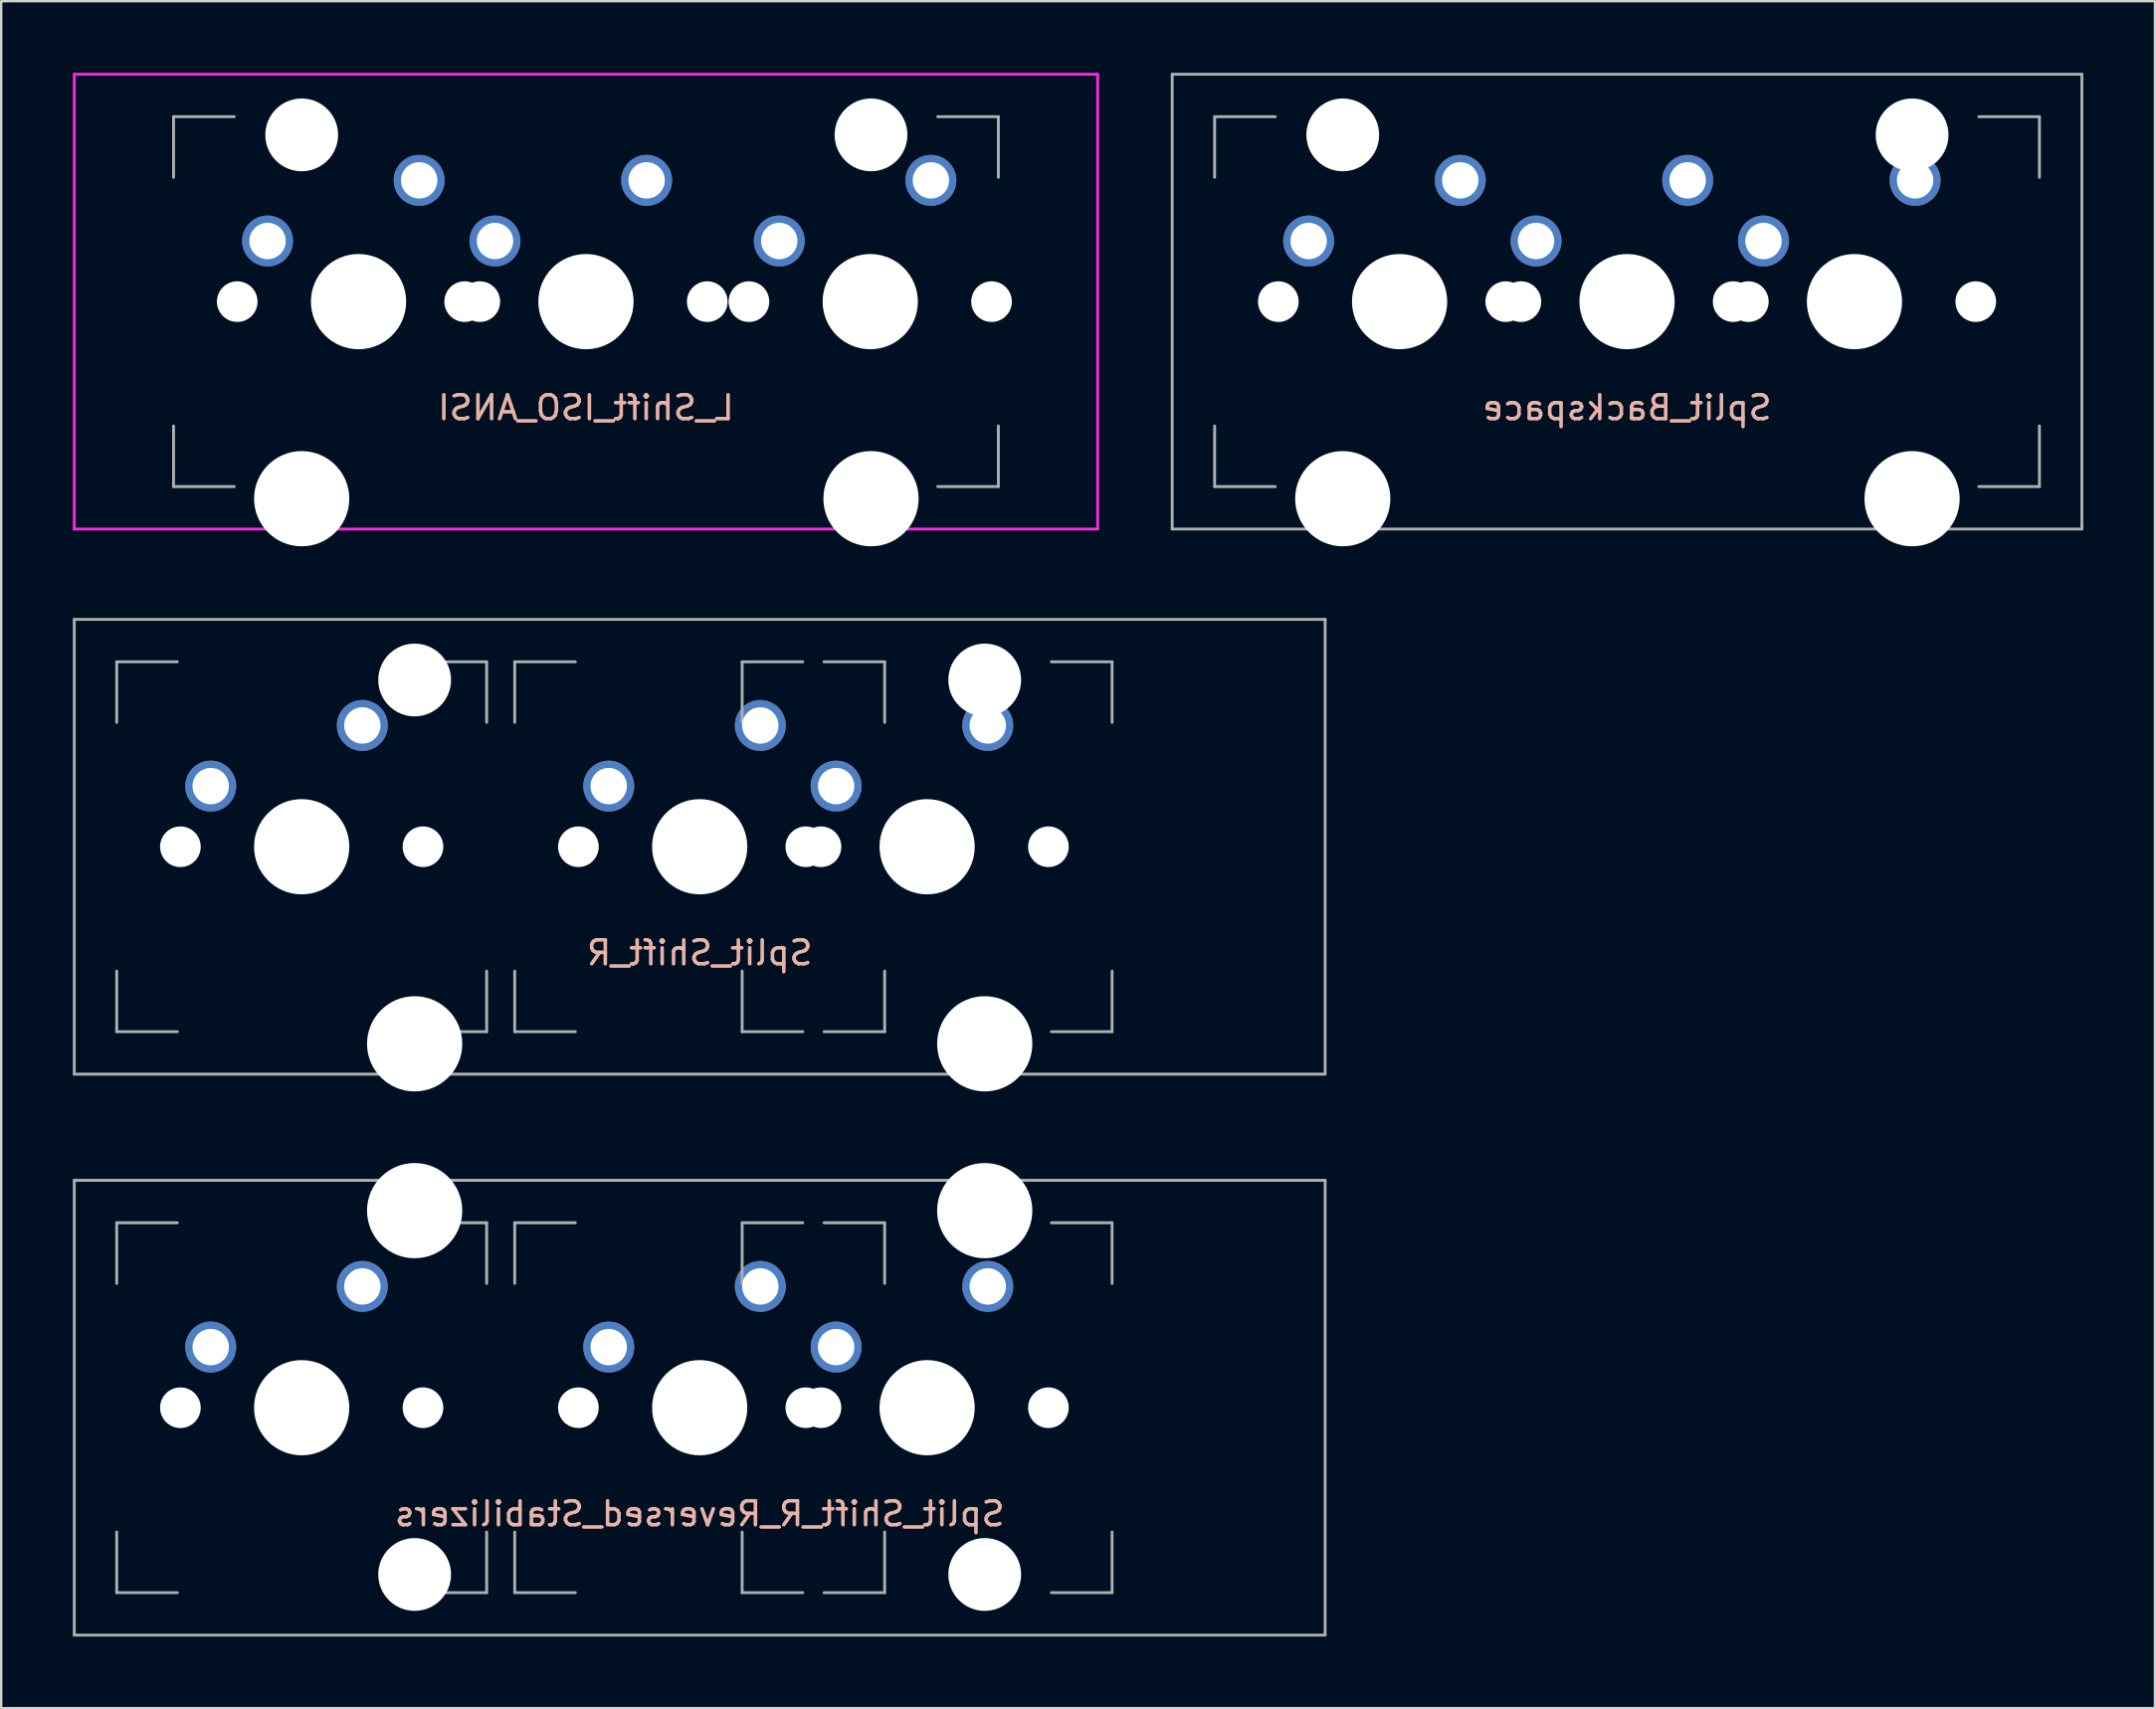
<source format=kicad_pcb>
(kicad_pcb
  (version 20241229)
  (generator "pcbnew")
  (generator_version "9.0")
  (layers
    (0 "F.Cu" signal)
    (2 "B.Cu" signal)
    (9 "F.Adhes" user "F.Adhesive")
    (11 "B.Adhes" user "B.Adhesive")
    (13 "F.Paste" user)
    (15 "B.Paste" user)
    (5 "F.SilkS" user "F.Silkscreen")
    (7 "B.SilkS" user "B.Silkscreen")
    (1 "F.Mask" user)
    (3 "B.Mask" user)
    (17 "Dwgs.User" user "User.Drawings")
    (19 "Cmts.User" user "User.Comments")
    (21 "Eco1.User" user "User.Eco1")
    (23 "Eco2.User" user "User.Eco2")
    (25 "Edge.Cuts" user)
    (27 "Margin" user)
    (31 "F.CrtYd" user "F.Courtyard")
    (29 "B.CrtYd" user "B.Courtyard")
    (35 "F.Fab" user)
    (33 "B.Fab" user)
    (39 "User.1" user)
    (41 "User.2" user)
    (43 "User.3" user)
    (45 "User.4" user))
  (footprint "Split_Shift_R_Reversed_Stabilizers"
    (layer "F.Cu")
    (at 26.254 55.917)
    (property "Reference" "Split_Shift_R_Reversed_Stabilizers" (at 0 4.445 0) (layer "B.SilkS") (effects (font (size 1 1) (thickness 0.15)) (justify mirror)))
    (attr through_hole)
    (fp_line (start -26.194 -9.525) (end 26.194 -9.525) (stroke (width 0.12) (type solid)) (layer "F.Fab"))
    (fp_line (start -26.194 9.525) (end -26.194 -9.525) (stroke (width 0.12) (type solid)) (layer "F.Fab"))
    (fp_line (start -24.416 -7.747) (end -24.416 -5.207) (stroke (width 0.12) (type solid)) (layer "F.Fab"))
    (fp_line (start -24.416 -7.747) (end -21.876 -7.747) (stroke (width 0.12) (type solid)) (layer "F.Fab"))
    (fp_line (start -24.416 7.747) (end -24.416 5.207) (stroke (width 0.12) (type solid)) (layer "F.Fab"))
    (fp_line (start -24.416 7.747) (end -21.876 7.747) (stroke (width 0.12) (type solid)) (layer "F.Fab"))
    (fp_line (start -8.922 -7.747) (end -11.462 -7.747) (stroke (width 0.12) (type solid)) (layer "F.Fab"))
    (fp_line (start -8.922 -7.747) (end -8.922 -5.207) (stroke (width 0.12) (type solid)) (layer "F.Fab"))
    (fp_line (start -8.922 7.747) (end -11.462 7.747) (stroke (width 0.12) (type solid)) (layer "F.Fab"))
    (fp_line (start -8.922 7.747) (end -8.922 5.207) (stroke (width 0.12) (type solid)) (layer "F.Fab"))
    (fp_line (start -7.747 -7.747) (end -7.747 -5.207) (stroke (width 0.12) (type solid)) (layer "F.Fab"))
    (fp_line (start -7.747 -7.747) (end -5.207 -7.747) (stroke (width 0.12) (type solid)) (layer "F.Fab"))
    (fp_line (start -7.747 7.747) (end -7.747 5.207) (stroke (width 0.12) (type solid)) (layer "F.Fab"))
    (fp_line (start -7.747 7.747) (end -5.207 7.747) (stroke (width 0.12) (type solid)) (layer "F.Fab"))
    (fp_line (start 1.778 -7.747) (end 1.778 -5.207) (stroke (width 0.12) (type solid)) (layer "F.Fab"))
    (fp_line (start 1.778 -7.747) (end 4.318 -7.747) (stroke (width 0.12) (type solid)) (layer "F.Fab"))
    (fp_line (start 1.778 7.747) (end 1.778 5.207) (stroke (width 0.12) (type solid)) (layer "F.Fab"))
    (fp_line (start 1.778 7.747) (end 4.318 7.747) (stroke (width 0.12) (type solid)) (layer "F.Fab"))
    (fp_line (start 7.747 -7.747) (end 5.207 -7.747) (stroke (width 0.12) (type solid)) (layer "F.Fab"))
    (fp_line (start 7.747 -7.747) (end 7.747 -5.207) (stroke (width 0.12) (type solid)) (layer "F.Fab"))
    (fp_line (start 7.747 7.747) (end 5.207 7.747) (stroke (width 0.12) (type solid)) (layer "F.Fab"))
    (fp_line (start 7.747 7.747) (end 7.747 5.207) (stroke (width 0.12) (type solid)) (layer "F.Fab"))
    (fp_line (start 17.272 -7.747) (end 14.732 -7.747) (stroke (width 0.12) (type solid)) (layer "F.Fab"))
    (fp_line (start 17.272 -7.747) (end 17.272 -5.207) (stroke (width 0.12) (type solid)) (layer "F.Fab"))
    (fp_line (start 17.272 7.747) (end 14.732 7.747) (stroke (width 0.12) (type solid)) (layer "F.Fab"))
    (fp_line (start 17.272 7.747) (end 17.272 5.207) (stroke (width 0.12) (type solid)) (layer "F.Fab"))
    (fp_line (start 26.194 -9.525) (end 26.194 9.525) (stroke (width 0.12) (type solid)) (layer "F.Fab"))
    (fp_line (start 26.194 9.525) (end -26.194 9.525) (stroke (width 0.12) (type solid)) (layer "F.Fab"))
    (pad "" np_thru_hole circle (at -21.749 0) (size 1.702 1.702) (drill 1.702) (layers "*.Cu" "*.Mask"))
    (pad "" np_thru_hole circle (at -16.669 0) (size 3.988 3.988) (drill 3.988) (layers "*.Cu" "*.Mask"))
    (pad "" np_thru_hole circle (at -11.938 -8.255 180) (size 3.988 3.988) (drill 3.988) (layers "*.Cu" "*.Mask"))
    (pad "" np_thru_hole circle (at -11.938 6.985 180) (size 3.048 3.048) (drill 3.048) (layers "*.Cu" "*.Mask"))
    (pad "" np_thru_hole circle (at -11.589 0) (size 1.702 1.702) (drill 1.702) (layers "*.Cu" "*.Mask"))
    (pad "" np_thru_hole circle (at -5.08 0) (size 1.702 1.702) (drill 1.702) (layers "*.Cu" "*.Mask"))
    (pad "" np_thru_hole circle (at 0 0) (size 3.988 3.988) (drill 3.988) (layers "*.Cu" "*.Mask"))
    (pad "" np_thru_hole circle (at 4.445 0) (size 1.702 1.702) (drill 1.702) (layers "*.Cu" "*.Mask"))
    (pad "" np_thru_hole circle (at 5.08 0) (size 1.702 1.702) (drill 1.702) (layers "*.Cu" "*.Mask"))
    (pad "" np_thru_hole circle (at 9.525 0) (size 3.988 3.988) (drill 3.988) (layers "*.Cu" "*.Mask"))
    (pad "" np_thru_hole circle (at 11.938 -8.255 180) (size 3.988 3.988) (drill 3.988) (layers "*.Cu" "*.Mask"))
    (pad "" np_thru_hole circle (at 11.938 6.985 180) (size 3.048 3.048) (drill 3.048) (layers "*.Cu" "*.Mask"))
    (pad "" np_thru_hole circle (at 14.605 0) (size 1.702 1.702) (drill 1.702) (layers "*.Cu" "*.Mask"))
    (pad "A1" thru_hole circle (at -20.479 -2.54) (size 2.134 2.134) (drill 1.524) (layers "*.Cu" "*.Mask"))
    (pad "A2" thru_hole circle (at -14.129 -5.08) (size 2.134 2.134) (drill 1.524) (layers "*.Cu" "*.Mask"))
    (pad "B1" thru_hole circle (at -3.81 -2.54) (size 2.134 2.134) (drill 1.524) (layers "*.Cu" "*.Mask"))
    (pad "B2" thru_hole circle (at 2.54 -5.08) (size 2.134 2.134) (drill 1.524) (layers "*.Cu" "*.Mask"))
    (pad "C1" thru_hole circle (at 5.715 -2.54) (size 2.134 2.134) (drill 1.524) (layers "*.Cu" "*.Mask"))
    (pad "C2" thru_hole circle (at 12.065 -5.08) (size 2.134 2.134) (drill 1.524) (layers "*.Cu" "*.Mask")))
  (footprint "L_Shift_ISO_ANSI"
    (layer "F.Cu")
    (at 21.491 9.585)
    (property "Reference" "L_Shift_ISO_ANSI" (at 0 4.445 0) (layer "B.SilkS") (effects (font (size 1 1) (thickness 0.15)) (justify mirror)))
    (attr through_hole)
    (fp_line (start -21.431 -9.525) (end 21.431 -9.525) (stroke (width 0.12) (type solid)) (layer "F.CrtYd"))
    (fp_line (start -21.431 9.525) (end -21.431 -9.525) (stroke (width 0.12) (type solid)) (layer "F.CrtYd"))
    (fp_line (start 21.431 -9.525) (end 21.431 9.525) (stroke (width 0.12) (type solid)) (layer "F.CrtYd"))
    (fp_line (start 21.431 9.525) (end -21.431 9.525) (stroke (width 0.12) (type solid)) (layer "F.CrtYd"))
    (fp_line (start -17.272 -7.747) (end -17.272 -5.207) (stroke (width 0.12) (type solid)) (layer "F.Fab"))
    (fp_line (start -17.272 -7.747) (end -14.732 -7.747) (stroke (width 0.12) (type solid)) (layer "F.Fab"))
    (fp_line (start -17.272 7.747) (end -17.272 5.207) (stroke (width 0.12) (type solid)) (layer "F.Fab"))
    (fp_line (start -17.272 7.747) (end -14.732 7.747) (stroke (width 0.12) (type solid)) (layer "F.Fab"))
    (fp_line (start 17.272 -7.747) (end 14.732 -7.747) (stroke (width 0.12) (type solid)) (layer "F.Fab"))
    (fp_line (start 17.272 -7.747) (end 17.272 -5.207) (stroke (width 0.12) (type solid)) (layer "F.Fab"))
    (fp_line (start 17.272 7.747) (end 14.732 7.747) (stroke (width 0.12) (type solid)) (layer "F.Fab"))
    (fp_line (start 17.272 7.747) (end 17.272 5.207) (stroke (width 0.12) (type solid)) (layer "F.Fab"))
    (pad "" np_thru_hole circle (at -14.605 0) (size 1.702 1.702) (drill 1.702) (layers "*.Cu" "*.Mask"))
    (pad "" np_thru_hole circle (at -11.906 -6.985) (size 3.048 3.048) (drill 3.048) (layers "*.Cu" "*.Mask"))
    (pad "" np_thru_hole circle (at -11.906 8.255) (size 3.988 3.988) (drill 3.988) (layers "*.Cu" "*.Mask"))
    (pad "" np_thru_hole circle (at -9.525 0) (size 3.988 3.988) (drill 3.988) (layers "*.Cu" "*.Mask"))
    (pad "" np_thru_hole circle (at -5.08 0) (size 1.702 1.702) (drill 1.702) (layers "*.Cu" "*.Mask"))
    (pad "" np_thru_hole circle (at -4.445 0) (size 1.702 1.702) (drill 1.702) (layers "*.Cu" "*.Mask"))
    (pad "" np_thru_hole circle (at 0 0) (size 3.988 3.988) (drill 3.988) (layers "*.Cu" "*.Mask"))
    (pad "" np_thru_hole circle (at 5.08 0) (size 1.702 1.702) (drill 1.702) (layers "*.Cu" "*.Mask"))
    (pad "" np_thru_hole circle (at 6.826 0) (size 1.702 1.702) (drill 1.702) (layers "*.Cu" "*.Mask"))
    (pad "" np_thru_hole circle (at 11.906 0) (size 3.988 3.988) (drill 3.988) (layers "*.Cu" "*.Mask"))
    (pad "" np_thru_hole circle (at 11.938 -6.985) (size 3.048 3.048) (drill 3.048) (layers "*.Cu" "*.Mask"))
    (pad "" np_thru_hole circle (at 11.938 8.255) (size 3.988 3.988) (drill 3.988) (layers "*.Cu" "*.Mask"))
    (pad "" np_thru_hole circle (at 16.986 0) (size 1.702 1.702) (drill 1.702) (layers "*.Cu" "*.Mask"))
    (pad "A1" thru_hole circle (at -13.335 -2.54) (size 2.134 2.134) (drill 1.524) (layers "*.Cu" "*.Mask"))
    (pad "A2" thru_hole circle (at -6.985 -5.08) (size 2.134 2.134) (drill 1.524) (layers "*.Cu" "*.Mask"))
    (pad "B1" thru_hole circle (at -3.81 -2.54) (size 2.134 2.134) (drill 1.524) (layers "*.Cu" "*.Mask"))
    (pad "B2" thru_hole circle (at 2.54 -5.08) (size 2.134 2.134) (drill 1.524) (layers "*.Cu" "*.Mask"))
    (pad "C1" thru_hole circle (at 8.096 -2.54) (size 2.134 2.134) (drill 1.524) (layers "*.Cu" "*.Mask"))
    (pad "C2" thru_hole circle (at 14.446 -5.08) (size 2.134 2.134) (drill 1.524) (layers "*.Cu" "*.Mask")))
  (footprint "Split_Backspace"
    (layer "F.Cu")
    (at 65.093 9.585)
    (property "Reference" "Split_Backspace" (at 0 4.445 0) (layer "B.SilkS") (effects (font (size 1 1) (thickness 0.15)) (justify mirror)))
    (attr through_hole)
    (fp_line (start -19.05 -9.525) (end 19.05 -9.525) (stroke (width 0.12) (type solid)) (layer "F.Fab"))
    (fp_line (start -19.05 9.525) (end -19.05 -9.525) (stroke (width 0.12) (type solid)) (layer "F.Fab"))
    (fp_line (start -17.272 -7.747) (end -17.272 -5.207) (stroke (width 0.12) (type solid)) (layer "F.Fab"))
    (fp_line (start -17.272 -7.747) (end -14.732 -7.747) (stroke (width 0.12) (type solid)) (layer "F.Fab"))
    (fp_line (start -17.272 7.747) (end -17.272 5.207) (stroke (width 0.12) (type solid)) (layer "F.Fab"))
    (fp_line (start -17.272 7.747) (end -14.732 7.747) (stroke (width 0.12) (type solid)) (layer "F.Fab"))
    (fp_line (start 17.272 -7.747) (end 14.732 -7.747) (stroke (width 0.12) (type solid)) (layer "F.Fab"))
    (fp_line (start 17.272 -7.747) (end 17.272 -5.207) (stroke (width 0.12) (type solid)) (layer "F.Fab"))
    (fp_line (start 17.272 7.747) (end 14.732 7.747) (stroke (width 0.12) (type solid)) (layer "F.Fab"))
    (fp_line (start 17.272 7.747) (end 17.272 5.207) (stroke (width 0.12) (type solid)) (layer "F.Fab"))
    (fp_line (start 19.05 -9.525) (end 19.05 9.525) (stroke (width 0.12) (type solid)) (layer "F.Fab"))
    (fp_line (start 19.05 9.525) (end -19.05 9.525) (stroke (width 0.12) (type solid)) (layer "F.Fab"))
    (pad "" np_thru_hole circle (at -14.605 0) (size 1.702 1.702) (drill 1.702) (layers "*.Cu" "*.Mask"))
    (pad "" np_thru_hole circle (at -11.906 -6.985) (size 3.048 3.048) (drill 3.048) (layers "*.Cu" "*.Mask"))
    (pad "" np_thru_hole circle (at -11.906 8.255) (size 3.988 3.988) (drill 3.988) (layers "*.Cu" "*.Mask"))
    (pad "" np_thru_hole circle (at -9.525 0) (size 3.988 3.988) (drill 3.988) (layers "*.Cu" "*.Mask"))
    (pad "" np_thru_hole circle (at -5.08 0) (size 1.702 1.702) (drill 1.702) (layers "*.Cu" "*.Mask"))
    (pad "" np_thru_hole circle (at -4.445 0) (size 1.702 1.702) (drill 1.702) (layers "*.Cu" "*.Mask"))
    (pad "" np_thru_hole circle (at 0 0) (size 3.988 3.988) (drill 3.988) (layers "*.Cu" "*.Mask"))
    (pad "" np_thru_hole circle (at 4.445 0) (size 1.702 1.702) (drill 1.702) (layers "*.Cu" "*.Mask"))
    (pad "" np_thru_hole circle (at 5.08 0) (size 1.702 1.702) (drill 1.702) (layers "*.Cu" "*.Mask"))
    (pad "" np_thru_hole circle (at 9.525 0) (size 3.988 3.988) (drill 3.988) (layers "*.Cu" "*.Mask"))
    (pad "" np_thru_hole circle (at 11.938 -6.985) (size 3.048 3.048) (drill 3.048) (layers "*.Cu" "*.Mask"))
    (pad "" np_thru_hole circle (at 11.938 8.255) (size 3.988 3.988) (drill 3.988) (layers "*.Cu" "*.Mask"))
    (pad "" np_thru_hole circle (at 14.605 0) (size 1.702 1.702) (drill 1.702) (layers "*.Cu" "*.Mask"))
    (pad "A1" thru_hole circle (at -13.335 -2.54) (size 2.134 2.134) (drill 1.524) (layers "*.Cu" "*.Mask"))
    (pad "A2" thru_hole circle (at -6.985 -5.08) (size 2.134 2.134) (drill 1.524) (layers "*.Cu" "*.Mask"))
    (pad "B1" thru_hole circle (at -3.81 -2.54) (size 2.134 2.134) (drill 1.524) (layers "*.Cu" "*.Mask"))
    (pad "B2" thru_hole circle (at 2.54 -5.08) (size 2.134 2.134) (drill 1.524) (layers "*.Cu" "*.Mask"))
    (pad "C1" thru_hole circle (at 5.715 -2.54) (size 2.134 2.134) (drill 1.524) (layers "*.Cu" "*.Mask"))
    (pad "C2" thru_hole circle (at 12.065 -5.08) (size 2.134 2.134) (drill 1.524) (layers "*.Cu" "*.Mask")))
  (footprint "Split_Shift_R"
    (layer "F.Cu")
    (at 26.254 32.419)
    (property "Reference" "Split_Shift_R" (at 0 4.445 0) (layer "B.SilkS") (effects (font (size 1 1) (thickness 0.15)) (justify mirror)))
    (attr through_hole)
    (fp_line (start -26.194 -9.525) (end 26.194 -9.525) (stroke (width 0.12) (type solid)) (layer "F.Fab"))
    (fp_line (start -26.194 9.525) (end -26.194 -9.525) (stroke (width 0.12) (type solid)) (layer "F.Fab"))
    (fp_line (start -24.416 -7.747) (end -24.416 -5.207) (stroke (width 0.12) (type solid)) (layer "F.Fab"))
    (fp_line (start -24.416 -7.747) (end -21.876 -7.747) (stroke (width 0.12) (type solid)) (layer "F.Fab"))
    (fp_line (start -24.416 7.747) (end -24.416 5.207) (stroke (width 0.12) (type solid)) (layer "F.Fab"))
    (fp_line (start -24.416 7.747) (end -21.876 7.747) (stroke (width 0.12) (type solid)) (layer "F.Fab"))
    (fp_line (start -8.922 -7.747) (end -11.462 -7.747) (stroke (width 0.12) (type solid)) (layer "F.Fab"))
    (fp_line (start -8.922 -7.747) (end -8.922 -5.207) (stroke (width 0.12) (type solid)) (layer "F.Fab"))
    (fp_line (start -8.922 7.747) (end -11.462 7.747) (stroke (width 0.12) (type solid)) (layer "F.Fab"))
    (fp_line (start -8.922 7.747) (end -8.922 5.207) (stroke (width 0.12) (type solid)) (layer "F.Fab"))
    (fp_line (start -7.747 -7.747) (end -7.747 -5.207) (stroke (width 0.12) (type solid)) (layer "F.Fab"))
    (fp_line (start -7.747 -7.747) (end -5.207 -7.747) (stroke (width 0.12) (type solid)) (layer "F.Fab"))
    (fp_line (start -7.747 7.747) (end -7.747 5.207) (stroke (width 0.12) (type solid)) (layer "F.Fab"))
    (fp_line (start -7.747 7.747) (end -5.207 7.747) (stroke (width 0.12) (type solid)) (layer "F.Fab"))
    (fp_line (start 1.778 -7.747) (end 1.778 -5.207) (stroke (width 0.12) (type solid)) (layer "F.Fab"))
    (fp_line (start 1.778 -7.747) (end 4.318 -7.747) (stroke (width 0.12) (type solid)) (layer "F.Fab"))
    (fp_line (start 1.778 7.747) (end 1.778 5.207) (stroke (width 0.12) (type solid)) (layer "F.Fab"))
    (fp_line (start 1.778 7.747) (end 4.318 7.747) (stroke (width 0.12) (type solid)) (layer "F.Fab"))
    (fp_line (start 7.747 -7.747) (end 5.207 -7.747) (stroke (width 0.12) (type solid)) (layer "F.Fab"))
    (fp_line (start 7.747 -7.747) (end 7.747 -5.207) (stroke (width 0.12) (type solid)) (layer "F.Fab"))
    (fp_line (start 7.747 7.747) (end 5.207 7.747) (stroke (width 0.12) (type solid)) (layer "F.Fab"))
    (fp_line (start 7.747 7.747) (end 7.747 5.207) (stroke (width 0.12) (type solid)) (layer "F.Fab"))
    (fp_line (start 17.272 -7.747) (end 14.732 -7.747) (stroke (width 0.12) (type solid)) (layer "F.Fab"))
    (fp_line (start 17.272 -7.747) (end 17.272 -5.207) (stroke (width 0.12) (type solid)) (layer "F.Fab"))
    (fp_line (start 17.272 7.747) (end 14.732 7.747) (stroke (width 0.12) (type solid)) (layer "F.Fab"))
    (fp_line (start 17.272 7.747) (end 17.272 5.207) (stroke (width 0.12) (type solid)) (layer "F.Fab"))
    (fp_line (start 26.194 -9.525) (end 26.194 9.525) (stroke (width 0.12) (type solid)) (layer "F.Fab"))
    (fp_line (start 26.194 9.525) (end -26.194 9.525) (stroke (width 0.12) (type solid)) (layer "F.Fab"))
    (pad "" np_thru_hole circle (at -21.749 0) (size 1.702 1.702) (drill 1.702) (layers "*.Cu" "*.Mask"))
    (pad "" np_thru_hole circle (at -16.669 0) (size 3.988 3.988) (drill 3.988) (layers "*.Cu" "*.Mask"))
    (pad "" np_thru_hole circle (at -11.938 -6.985) (size 3.048 3.048) (drill 3.048) (layers "*.Cu" "*.Mask"))
    (pad "" np_thru_hole circle (at -11.938 8.255) (size 3.988 3.988) (drill 3.988) (layers "*.Cu" "*.Mask"))
    (pad "" np_thru_hole circle (at -11.589 0) (size 1.702 1.702) (drill 1.702) (layers "*.Cu" "*.Mask"))
    (pad "" np_thru_hole circle (at -5.08 0) (size 1.702 1.702) (drill 1.702) (layers "*.Cu" "*.Mask"))
    (pad "" np_thru_hole circle (at 0 0) (size 3.988 3.988) (drill 3.988) (layers "*.Cu" "*.Mask"))
    (pad "" np_thru_hole circle (at 4.445 0) (size 1.702 1.702) (drill 1.702) (layers "*.Cu" "*.Mask"))
    (pad "" np_thru_hole circle (at 5.08 0) (size 1.702 1.702) (drill 1.702) (layers "*.Cu" "*.Mask"))
    (pad "" np_thru_hole circle (at 9.525 0) (size 3.988 3.988) (drill 3.988) (layers "*.Cu" "*.Mask"))
    (pad "" np_thru_hole circle (at 11.938 -6.985) (size 3.048 3.048) (drill 3.048) (layers "*.Cu" "*.Mask"))
    (pad "" np_thru_hole circle (at 11.938 8.255) (size 3.988 3.988) (drill 3.988) (layers "*.Cu" "*.Mask"))
    (pad "" np_thru_hole circle (at 14.605 0) (size 1.702 1.702) (drill 1.702) (layers "*.Cu" "*.Mask"))
    (pad "A1" thru_hole circle (at -20.479 -2.54) (size 2.134 2.134) (drill 1.524) (layers "*.Cu" "*.Mask"))
    (pad "A2" thru_hole circle (at -14.129 -5.08) (size 2.134 2.134) (drill 1.524) (layers "*.Cu" "*.Mask"))
    (pad "B1" thru_hole circle (at -3.81 -2.54) (size 2.134 2.134) (drill 1.524) (layers "*.Cu" "*.Mask"))
    (pad "B2" thru_hole circle (at 2.54 -5.08) (size 2.134 2.134) (drill 1.524) (layers "*.Cu" "*.Mask"))
    (pad "C1" thru_hole circle (at 5.715 -2.54) (size 2.134 2.134) (drill 1.524) (layers "*.Cu" "*.Mask"))
    (pad "C2" thru_hole circle (at 12.065 -5.08) (size 2.134 2.134) (drill 1.524) (layers "*.Cu" "*.Mask")))
  (gr_rect
    (start -3 -3)
    (end 87.203 68.502)
    (stroke (width 0.1) (type default))
    (fill no)
    (layer "Edge.Cuts")))
</source>
